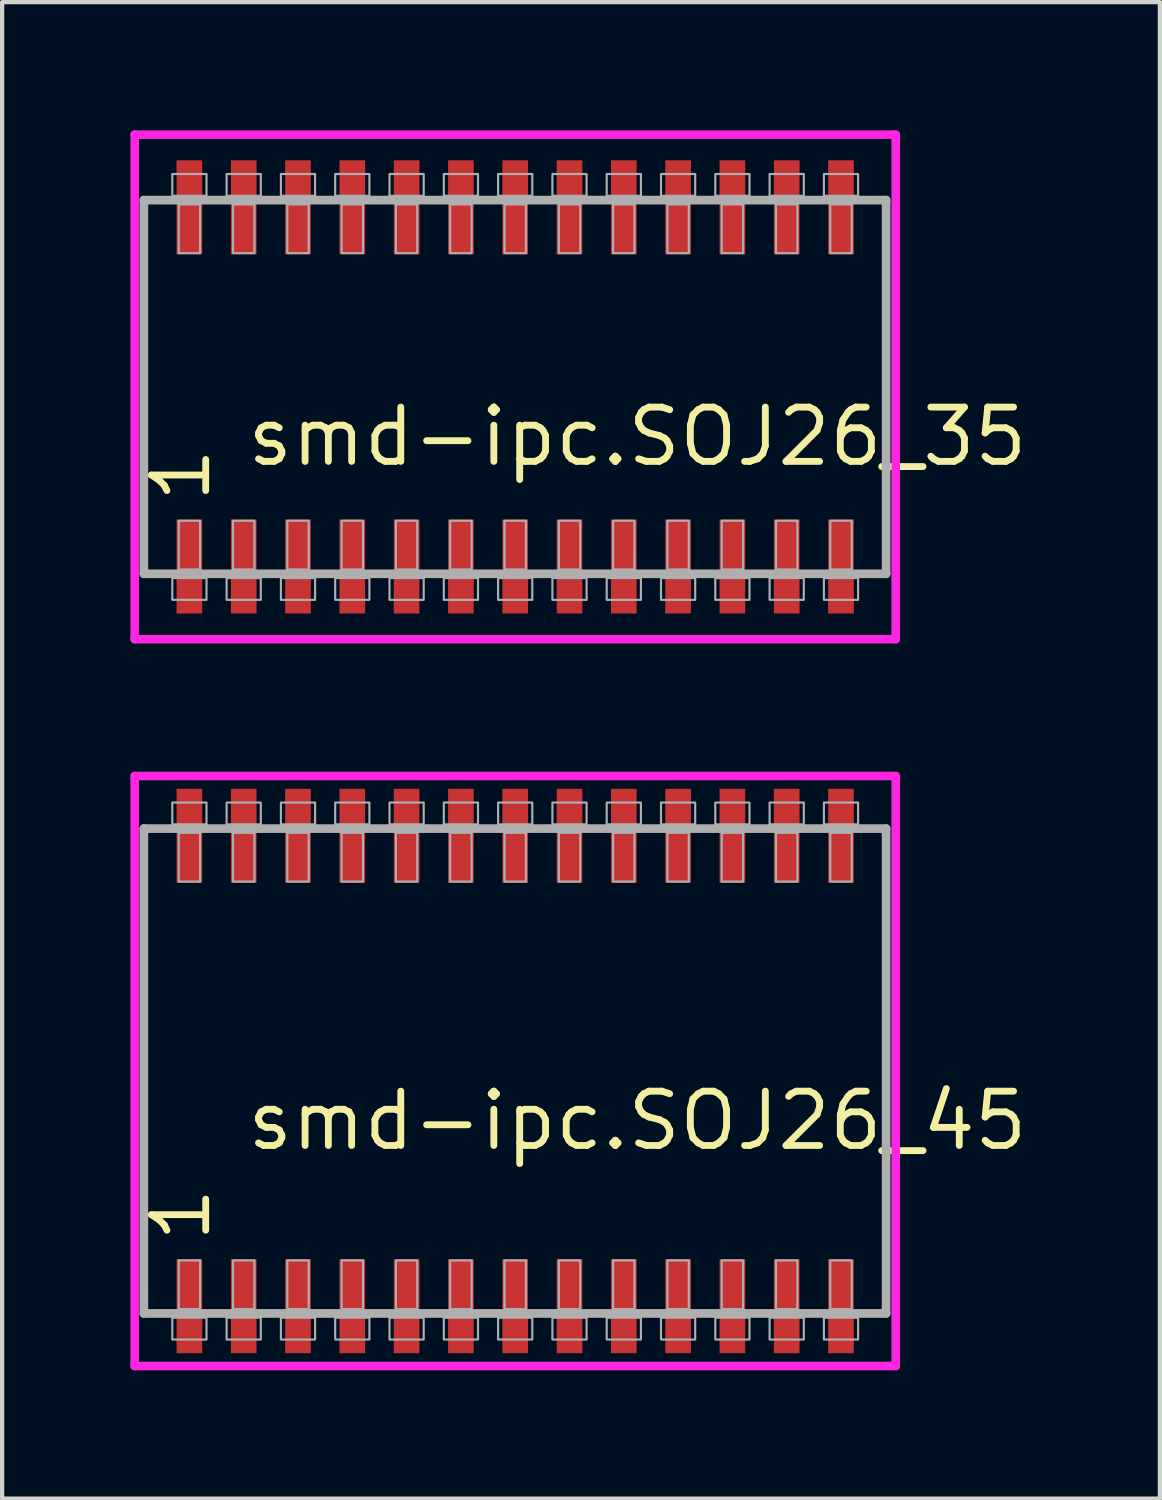
<source format=kicad_pcb>
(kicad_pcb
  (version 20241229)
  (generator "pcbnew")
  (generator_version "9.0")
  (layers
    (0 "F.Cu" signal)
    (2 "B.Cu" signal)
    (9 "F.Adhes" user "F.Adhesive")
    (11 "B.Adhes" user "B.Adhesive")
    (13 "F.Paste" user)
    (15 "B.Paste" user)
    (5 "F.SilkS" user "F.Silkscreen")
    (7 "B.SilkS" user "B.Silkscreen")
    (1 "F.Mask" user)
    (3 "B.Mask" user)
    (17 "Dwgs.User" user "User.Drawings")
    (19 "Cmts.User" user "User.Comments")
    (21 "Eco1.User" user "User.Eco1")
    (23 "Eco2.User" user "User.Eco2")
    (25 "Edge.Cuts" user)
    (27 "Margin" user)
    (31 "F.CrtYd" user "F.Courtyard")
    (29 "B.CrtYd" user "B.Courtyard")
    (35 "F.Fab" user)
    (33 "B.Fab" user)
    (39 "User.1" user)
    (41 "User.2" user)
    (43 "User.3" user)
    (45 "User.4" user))
  (footprint "smd-ipc.SOJ26_45"
    (layer "F.Cu")
    (at 9 22)
    (property "Reference" "smd-ipc.SOJ26_45" (at -6.35 1.905 0) (layer "F.SilkS") (effects (font (size 1.27 1.27) (thickness 0.16)) (justify left bottom)))
    (attr smd)
    (fp_line (start -8.9 -6.9) (end 8.9 -6.9) (stroke (width 0.2) (type default)) (layer "F.CrtYd"))
    (fp_line (start -8.9 6.9) (end -8.9 -6.9) (stroke (width 0.2) (type default)) (layer "F.CrtYd"))
    (fp_line (start 8.9 -6.9) (end 8.9 6.9) (stroke (width 0.2) (type default)) (layer "F.CrtYd"))
    (fp_line (start 8.9 6.9) (end -8.9 6.9) (stroke (width 0.2) (type default)) (layer "F.CrtYd"))
    (fp_line (start -8.685 -5.67) (end 8.675 -5.67) (stroke (width 0.203) (type default)) (layer "F.Fab"))
    (fp_line (start -8.685 5.67) (end -8.685 -5.67) (stroke (width 0.203) (type default)) (layer "F.Fab"))
    (fp_line (start 8.675 -5.67) (end 8.675 5.67) (stroke (width 0.203) (type default)) (layer "F.Fab"))
    (fp_line (start 8.675 5.67) (end -8.685 5.67) (stroke (width 0.203) (type default)) (layer "F.Fab"))
    (fp_rect (start -8.02 -5.77) (end -7.22 -6.28) (stroke (width 0.05) (type default)) (fill no) (layer "F.Fab"))
    (fp_rect (start -8.02 6.28) (end -7.22 5.77) (stroke (width 0.05) (type default)) (fill no) (layer "F.Fab"))
    (fp_rect (start -7.87 -4.43) (end -7.37 -5.57) (stroke (width 0.05) (type default)) (fill no) (layer "F.Fab"))
    (fp_rect (start -7.87 5.57) (end -7.37 4.43) (stroke (width 0.05) (type default)) (fill no) (layer "F.Fab"))
    (fp_rect (start -6.75 -5.77) (end -5.95 -6.28) (stroke (width 0.05) (type default)) (fill no) (layer "F.Fab"))
    (fp_rect (start -6.75 6.28) (end -5.95 5.77) (stroke (width 0.05) (type default)) (fill no) (layer "F.Fab"))
    (fp_rect (start -6.6 -4.43) (end -6.1 -5.57) (stroke (width 0.05) (type default)) (fill no) (layer "F.Fab"))
    (fp_rect (start -6.6 5.57) (end -6.1 4.43) (stroke (width 0.05) (type default)) (fill no) (layer "F.Fab"))
    (fp_rect (start -5.48 -5.77) (end -4.68 -6.28) (stroke (width 0.05) (type default)) (fill no) (layer "F.Fab"))
    (fp_rect (start -5.48 6.28) (end -4.68 5.77) (stroke (width 0.05) (type default)) (fill no) (layer "F.Fab"))
    (fp_rect (start -5.33 -4.43) (end -4.83 -5.57) (stroke (width 0.05) (type default)) (fill no) (layer "F.Fab"))
    (fp_rect (start -5.33 5.57) (end -4.83 4.43) (stroke (width 0.05) (type default)) (fill no) (layer "F.Fab"))
    (fp_rect (start -4.21 -5.77) (end -3.41 -6.28) (stroke (width 0.05) (type default)) (fill no) (layer "F.Fab"))
    (fp_rect (start -4.21 6.28) (end -3.41 5.77) (stroke (width 0.05) (type default)) (fill no) (layer "F.Fab"))
    (fp_rect (start -4.06 -4.43) (end -3.56 -5.57) (stroke (width 0.05) (type default)) (fill no) (layer "F.Fab"))
    (fp_rect (start -4.06 5.57) (end -3.56 4.43) (stroke (width 0.05) (type default)) (fill no) (layer "F.Fab"))
    (fp_rect (start -2.94 -5.77) (end -2.14 -6.28) (stroke (width 0.05) (type default)) (fill no) (layer "F.Fab"))
    (fp_rect (start -2.94 6.28) (end -2.14 5.77) (stroke (width 0.05) (type default)) (fill no) (layer "F.Fab"))
    (fp_rect (start -2.79 -4.43) (end -2.29 -5.57) (stroke (width 0.05) (type default)) (fill no) (layer "F.Fab"))
    (fp_rect (start -2.79 5.57) (end -2.29 4.43) (stroke (width 0.05) (type default)) (fill no) (layer "F.Fab"))
    (fp_rect (start -1.67 -5.77) (end -0.87 -6.28) (stroke (width 0.05) (type default)) (fill no) (layer "F.Fab"))
    (fp_rect (start -1.67 6.28) (end -0.87 5.77) (stroke (width 0.05) (type default)) (fill no) (layer "F.Fab"))
    (fp_rect (start -1.52 -4.43) (end -1.02 -5.57) (stroke (width 0.05) (type default)) (fill no) (layer "F.Fab"))
    (fp_rect (start -1.52 5.57) (end -1.02 4.43) (stroke (width 0.05) (type default)) (fill no) (layer "F.Fab"))
    (fp_rect (start -0.4 -5.77) (end 0.4 -6.28) (stroke (width 0.05) (type default)) (fill no) (layer "F.Fab"))
    (fp_rect (start -0.4 6.28) (end 0.4 5.77) (stroke (width 0.05) (type default)) (fill no) (layer "F.Fab"))
    (fp_rect (start -0.25 -4.43) (end 0.25 -5.57) (stroke (width 0.05) (type default)) (fill no) (layer "F.Fab"))
    (fp_rect (start -0.25 5.57) (end 0.25 4.43) (stroke (width 0.05) (type default)) (fill no) (layer "F.Fab"))
    (fp_rect (start 0.87 -5.77) (end 1.67 -6.28) (stroke (width 0.05) (type default)) (fill no) (layer "F.Fab"))
    (fp_rect (start 0.87 6.28) (end 1.67 5.77) (stroke (width 0.05) (type default)) (fill no) (layer "F.Fab"))
    (fp_rect (start 1.02 -4.43) (end 1.52 -5.57) (stroke (width 0.05) (type default)) (fill no) (layer "F.Fab"))
    (fp_rect (start 1.02 5.57) (end 1.52 4.43) (stroke (width 0.05) (type default)) (fill no) (layer "F.Fab"))
    (fp_rect (start 2.14 -5.77) (end 2.94 -6.28) (stroke (width 0.05) (type default)) (fill no) (layer "F.Fab"))
    (fp_rect (start 2.14 6.28) (end 2.94 5.77) (stroke (width 0.05) (type default)) (fill no) (layer "F.Fab"))
    (fp_rect (start 2.29 -4.43) (end 2.79 -5.57) (stroke (width 0.05) (type default)) (fill no) (layer "F.Fab"))
    (fp_rect (start 2.29 5.57) (end 2.79 4.43) (stroke (width 0.05) (type default)) (fill no) (layer "F.Fab"))
    (fp_rect (start 3.41 -5.77) (end 4.21 -6.28) (stroke (width 0.05) (type default)) (fill no) (layer "F.Fab"))
    (fp_rect (start 3.41 6.28) (end 4.21 5.77) (stroke (width 0.05) (type default)) (fill no) (layer "F.Fab"))
    (fp_rect (start 3.56 -4.43) (end 4.06 -5.57) (stroke (width 0.05) (type default)) (fill no) (layer "F.Fab"))
    (fp_rect (start 3.56 5.57) (end 4.06 4.43) (stroke (width 0.05) (type default)) (fill no) (layer "F.Fab"))
    (fp_rect (start 4.68 -5.77) (end 5.48 -6.28) (stroke (width 0.05) (type default)) (fill no) (layer "F.Fab"))
    (fp_rect (start 4.68 6.28) (end 5.48 5.77) (stroke (width 0.05) (type default)) (fill no) (layer "F.Fab"))
    (fp_rect (start 4.83 -4.43) (end 5.33 -5.57) (stroke (width 0.05) (type default)) (fill no) (layer "F.Fab"))
    (fp_rect (start 4.83 5.57) (end 5.33 4.43) (stroke (width 0.05) (type default)) (fill no) (layer "F.Fab"))
    (fp_rect (start 5.95 -5.77) (end 6.75 -6.28) (stroke (width 0.05) (type default)) (fill no) (layer "F.Fab"))
    (fp_rect (start 5.95 6.28) (end 6.75 5.77) (stroke (width 0.05) (type default)) (fill no) (layer "F.Fab"))
    (fp_rect (start 6.1 -4.43) (end 6.6 -5.57) (stroke (width 0.05) (type default)) (fill no) (layer "F.Fab"))
    (fp_rect (start 6.1 5.57) (end 6.6 4.43) (stroke (width 0.05) (type default)) (fill no) (layer "F.Fab"))
    (fp_rect (start 7.22 -5.77) (end 8.02 -6.28) (stroke (width 0.05) (type default)) (fill no) (layer "F.Fab"))
    (fp_rect (start 7.22 6.28) (end 8.02 5.77) (stroke (width 0.05) (type default)) (fill no) (layer "F.Fab"))
    (fp_rect (start 7.37 -4.43) (end 7.87 -5.57) (stroke (width 0.05) (type default)) (fill no) (layer "F.Fab"))
    (fp_rect (start 7.37 5.57) (end 7.87 4.43) (stroke (width 0.05) (type default)) (fill no) (layer "F.Fab"))
    (fp_text user "1" (at -7.075 4.07 90) (layer "F.SilkS") (effects (font (size 1.27 1.27) (thickness 0.16)) (justify left bottom)))
    (pad "1" smd roundrect (at -7.62 5.5) (size 0.6 2.2) (layers "F.Cu" "F.Mask" "F.Paste") (roundrect_rratio 0.01))
    (pad "2" smd roundrect (at -6.35 5.5) (size 0.6 2.2) (layers "F.Cu" "F.Mask" "F.Paste") (roundrect_rratio 0.01))
    (pad "3" smd roundrect (at -5.08 5.5) (size 0.6 2.2) (layers "F.Cu" "F.Mask" "F.Paste") (roundrect_rratio 0.01))
    (pad "4" smd roundrect (at -3.81 5.5) (size 0.6 2.2) (layers "F.Cu" "F.Mask" "F.Paste") (roundrect_rratio 0.01))
    (pad "5" smd roundrect (at -2.54 5.5) (size 0.6 2.2) (layers "F.Cu" "F.Mask" "F.Paste") (roundrect_rratio 0.01))
    (pad "6" smd roundrect (at -1.27 5.5) (size 0.6 2.2) (layers "F.Cu" "F.Mask" "F.Paste") (roundrect_rratio 0.01))
    (pad "7" smd roundrect (at 0 5.5) (size 0.6 2.2) (layers "F.Cu" "F.Mask" "F.Paste") (roundrect_rratio 0.01))
    (pad "8" smd roundrect (at 1.27 5.5) (size 0.6 2.2) (layers "F.Cu" "F.Mask" "F.Paste") (roundrect_rratio 0.01))
    (pad "9" smd roundrect (at 2.54 5.5) (size 0.6 2.2) (layers "F.Cu" "F.Mask" "F.Paste") (roundrect_rratio 0.01))
    (pad "10" smd roundrect (at 3.81 5.5) (size 0.6 2.2) (layers "F.Cu" "F.Mask" "F.Paste") (roundrect_rratio 0.01))
    (pad "11" smd roundrect (at 5.08 5.5) (size 0.6 2.2) (layers "F.Cu" "F.Mask" "F.Paste") (roundrect_rratio 0.01))
    (pad "12" smd roundrect (at 6.35 5.5) (size 0.6 2.2) (layers "F.Cu" "F.Mask" "F.Paste") (roundrect_rratio 0.01))
    (pad "13" smd roundrect (at 7.62 5.5) (size 0.6 2.2) (layers "F.Cu" "F.Mask" "F.Paste") (roundrect_rratio 0.01))
    (pad "14" smd roundrect (at 7.62 -5.5) (size 0.6 2.2) (layers "F.Cu" "F.Mask" "F.Paste") (roundrect_rratio 0.01))
    (pad "15" smd roundrect (at 6.35 -5.5) (size 0.6 2.2) (layers "F.Cu" "F.Mask" "F.Paste") (roundrect_rratio 0.01))
    (pad "16" smd roundrect (at 5.08 -5.5) (size 0.6 2.2) (layers "F.Cu" "F.Mask" "F.Paste") (roundrect_rratio 0.01))
    (pad "17" smd roundrect (at 3.81 -5.5) (size 0.6 2.2) (layers "F.Cu" "F.Mask" "F.Paste") (roundrect_rratio 0.01))
    (pad "18" smd roundrect (at 2.54 -5.5) (size 0.6 2.2) (layers "F.Cu" "F.Mask" "F.Paste") (roundrect_rratio 0.01))
    (pad "19" smd roundrect (at 1.27 -5.5) (size 0.6 2.2) (layers "F.Cu" "F.Mask" "F.Paste") (roundrect_rratio 0.01))
    (pad "20" smd roundrect (at 0 -5.5) (size 0.6 2.2) (layers "F.Cu" "F.Mask" "F.Paste") (roundrect_rratio 0.01))
    (pad "21" smd roundrect (at -1.27 -5.5) (size 0.6 2.2) (layers "F.Cu" "F.Mask" "F.Paste") (roundrect_rratio 0.01))
    (pad "22" smd roundrect (at -2.54 -5.5) (size 0.6 2.2) (layers "F.Cu" "F.Mask" "F.Paste") (roundrect_rratio 0.01))
    (pad "23" smd roundrect (at -3.81 -5.5) (size 0.6 2.2) (layers "F.Cu" "F.Mask" "F.Paste") (roundrect_rratio 0.01))
    (pad "24" smd roundrect (at -5.08 -5.5) (size 0.6 2.2) (layers "F.Cu" "F.Mask" "F.Paste") (roundrect_rratio 0.01))
    (pad "25" smd roundrect (at -6.35 -5.5) (size 0.6 2.2) (layers "F.Cu" "F.Mask" "F.Paste") (roundrect_rratio 0.01))
    (pad "26" smd roundrect (at -7.62 -5.5) (size 0.6 2.2) (layers "F.Cu" "F.Mask" "F.Paste") (roundrect_rratio 0.01)))
  (footprint "smd-ipc.SOJ26_35"
    (layer "F.Cu")
    (at 9 6)
    (property "Reference" "smd-ipc.SOJ26_35" (at -6.35 1.905 0) (layer "F.SilkS") (effects (font (size 1.27 1.27) (thickness 0.16)) (justify left bottom)))
    (attr smd)
    (fp_line (start -8.9 -5.9) (end 8.9 -5.9) (stroke (width 0.2) (type default)) (layer "F.CrtYd"))
    (fp_line (start -8.9 5.9) (end -8.9 -5.9) (stroke (width 0.2) (type default)) (layer "F.CrtYd"))
    (fp_line (start 8.9 -5.9) (end 8.9 5.9) (stroke (width 0.2) (type default)) (layer "F.CrtYd"))
    (fp_line (start 8.9 5.9) (end -8.9 5.9) (stroke (width 0.2) (type default)) (layer "F.CrtYd"))
    (fp_line (start -8.685 -4.37) (end 8.675 -4.37) (stroke (width 0.203) (type default)) (layer "F.Fab"))
    (fp_line (start -8.685 4.37) (end -8.685 -4.37) (stroke (width 0.203) (type default)) (layer "F.Fab"))
    (fp_line (start 8.675 -4.37) (end 8.675 4.37) (stroke (width 0.203) (type default)) (layer "F.Fab"))
    (fp_line (start 8.675 4.37) (end -8.685 4.37) (stroke (width 0.203) (type default)) (layer "F.Fab"))
    (fp_rect (start -8.02 -4.47) (end -7.22 -4.98) (stroke (width 0.05) (type default)) (fill no) (layer "F.Fab"))
    (fp_rect (start -8.02 4.98) (end -7.22 4.47) (stroke (width 0.05) (type default)) (fill no) (layer "F.Fab"))
    (fp_rect (start -7.87 -3.13) (end -7.37 -4.27) (stroke (width 0.05) (type default)) (fill no) (layer "F.Fab"))
    (fp_rect (start -7.87 4.27) (end -7.37 3.13) (stroke (width 0.05) (type default)) (fill no) (layer "F.Fab"))
    (fp_rect (start -6.75 -4.47) (end -5.95 -4.98) (stroke (width 0.05) (type default)) (fill no) (layer "F.Fab"))
    (fp_rect (start -6.75 4.98) (end -5.95 4.47) (stroke (width 0.05) (type default)) (fill no) (layer "F.Fab"))
    (fp_rect (start -6.6 -3.13) (end -6.1 -4.27) (stroke (width 0.05) (type default)) (fill no) (layer "F.Fab"))
    (fp_rect (start -6.6 4.27) (end -6.1 3.13) (stroke (width 0.05) (type default)) (fill no) (layer "F.Fab"))
    (fp_rect (start -5.48 -4.47) (end -4.68 -4.98) (stroke (width 0.05) (type default)) (fill no) (layer "F.Fab"))
    (fp_rect (start -5.48 4.98) (end -4.68 4.47) (stroke (width 0.05) (type default)) (fill no) (layer "F.Fab"))
    (fp_rect (start -5.33 -3.13) (end -4.83 -4.27) (stroke (width 0.05) (type default)) (fill no) (layer "F.Fab"))
    (fp_rect (start -5.33 4.27) (end -4.83 3.13) (stroke (width 0.05) (type default)) (fill no) (layer "F.Fab"))
    (fp_rect (start -4.21 -4.47) (end -3.41 -4.98) (stroke (width 0.05) (type default)) (fill no) (layer "F.Fab"))
    (fp_rect (start -4.21 4.98) (end -3.41 4.47) (stroke (width 0.05) (type default)) (fill no) (layer "F.Fab"))
    (fp_rect (start -4.06 -3.13) (end -3.56 -4.27) (stroke (width 0.05) (type default)) (fill no) (layer "F.Fab"))
    (fp_rect (start -4.06 4.27) (end -3.56 3.13) (stroke (width 0.05) (type default)) (fill no) (layer "F.Fab"))
    (fp_rect (start -2.94 -4.47) (end -2.14 -4.98) (stroke (width 0.05) (type default)) (fill no) (layer "F.Fab"))
    (fp_rect (start -2.94 4.98) (end -2.14 4.47) (stroke (width 0.05) (type default)) (fill no) (layer "F.Fab"))
    (fp_rect (start -2.79 -3.13) (end -2.29 -4.27) (stroke (width 0.05) (type default)) (fill no) (layer "F.Fab"))
    (fp_rect (start -2.79 4.27) (end -2.29 3.13) (stroke (width 0.05) (type default)) (fill no) (layer "F.Fab"))
    (fp_rect (start -1.67 -4.47) (end -0.87 -4.98) (stroke (width 0.05) (type default)) (fill no) (layer "F.Fab"))
    (fp_rect (start -1.67 4.98) (end -0.87 4.47) (stroke (width 0.05) (type default)) (fill no) (layer "F.Fab"))
    (fp_rect (start -1.52 -3.13) (end -1.02 -4.27) (stroke (width 0.05) (type default)) (fill no) (layer "F.Fab"))
    (fp_rect (start -1.52 4.27) (end -1.02 3.13) (stroke (width 0.05) (type default)) (fill no) (layer "F.Fab"))
    (fp_rect (start -0.4 -4.47) (end 0.4 -4.98) (stroke (width 0.05) (type default)) (fill no) (layer "F.Fab"))
    (fp_rect (start -0.4 4.98) (end 0.4 4.47) (stroke (width 0.05) (type default)) (fill no) (layer "F.Fab"))
    (fp_rect (start -0.25 -3.13) (end 0.25 -4.27) (stroke (width 0.05) (type default)) (fill no) (layer "F.Fab"))
    (fp_rect (start -0.25 4.27) (end 0.25 3.13) (stroke (width 0.05) (type default)) (fill no) (layer "F.Fab"))
    (fp_rect (start 0.87 -4.47) (end 1.67 -4.98) (stroke (width 0.05) (type default)) (fill no) (layer "F.Fab"))
    (fp_rect (start 0.87 4.98) (end 1.67 4.47) (stroke (width 0.05) (type default)) (fill no) (layer "F.Fab"))
    (fp_rect (start 1.02 -3.13) (end 1.52 -4.27) (stroke (width 0.05) (type default)) (fill no) (layer "F.Fab"))
    (fp_rect (start 1.02 4.27) (end 1.52 3.13) (stroke (width 0.05) (type default)) (fill no) (layer "F.Fab"))
    (fp_rect (start 2.14 -4.47) (end 2.94 -4.98) (stroke (width 0.05) (type default)) (fill no) (layer "F.Fab"))
    (fp_rect (start 2.14 4.98) (end 2.94 4.47) (stroke (width 0.05) (type default)) (fill no) (layer "F.Fab"))
    (fp_rect (start 2.29 -3.13) (end 2.79 -4.27) (stroke (width 0.05) (type default)) (fill no) (layer "F.Fab"))
    (fp_rect (start 2.29 4.27) (end 2.79 3.13) (stroke (width 0.05) (type default)) (fill no) (layer "F.Fab"))
    (fp_rect (start 3.41 -4.47) (end 4.21 -4.98) (stroke (width 0.05) (type default)) (fill no) (layer "F.Fab"))
    (fp_rect (start 3.41 4.98) (end 4.21 4.47) (stroke (width 0.05) (type default)) (fill no) (layer "F.Fab"))
    (fp_rect (start 3.56 -3.13) (end 4.06 -4.27) (stroke (width 0.05) (type default)) (fill no) (layer "F.Fab"))
    (fp_rect (start 3.56 4.27) (end 4.06 3.13) (stroke (width 0.05) (type default)) (fill no) (layer "F.Fab"))
    (fp_rect (start 4.68 -4.47) (end 5.48 -4.98) (stroke (width 0.05) (type default)) (fill no) (layer "F.Fab"))
    (fp_rect (start 4.68 4.98) (end 5.48 4.47) (stroke (width 0.05) (type default)) (fill no) (layer "F.Fab"))
    (fp_rect (start 4.83 -3.13) (end 5.33 -4.27) (stroke (width 0.05) (type default)) (fill no) (layer "F.Fab"))
    (fp_rect (start 4.83 4.27) (end 5.33 3.13) (stroke (width 0.05) (type default)) (fill no) (layer "F.Fab"))
    (fp_rect (start 5.95 -4.47) (end 6.75 -4.98) (stroke (width 0.05) (type default)) (fill no) (layer "F.Fab"))
    (fp_rect (start 5.95 4.98) (end 6.75 4.47) (stroke (width 0.05) (type default)) (fill no) (layer "F.Fab"))
    (fp_rect (start 6.1 -3.13) (end 6.6 -4.27) (stroke (width 0.05) (type default)) (fill no) (layer "F.Fab"))
    (fp_rect (start 6.1 4.27) (end 6.6 3.13) (stroke (width 0.05) (type default)) (fill no) (layer "F.Fab"))
    (fp_rect (start 7.22 -4.47) (end 8.02 -4.98) (stroke (width 0.05) (type default)) (fill no) (layer "F.Fab"))
    (fp_rect (start 7.22 4.98) (end 8.02 4.47) (stroke (width 0.05) (type default)) (fill no) (layer "F.Fab"))
    (fp_rect (start 7.37 -3.13) (end 7.87 -4.27) (stroke (width 0.05) (type default)) (fill no) (layer "F.Fab"))
    (fp_rect (start 7.37 4.27) (end 7.87 3.13) (stroke (width 0.05) (type default)) (fill no) (layer "F.Fab"))
    (fp_text user "1" (at -7.075 2.77 90) (layer "F.SilkS") (effects (font (size 1.27 1.27) (thickness 0.16)) (justify left bottom)))
    (pad "1" smd roundrect (at -7.62 4.2) (size 0.6 2.2) (layers "F.Cu" "F.Mask" "F.Paste") (roundrect_rratio 0.01))
    (pad "2" smd roundrect (at -6.35 4.2) (size 0.6 2.2) (layers "F.Cu" "F.Mask" "F.Paste") (roundrect_rratio 0.01))
    (pad "3" smd roundrect (at -5.08 4.2) (size 0.6 2.2) (layers "F.Cu" "F.Mask" "F.Paste") (roundrect_rratio 0.01))
    (pad "4" smd roundrect (at -3.81 4.2) (size 0.6 2.2) (layers "F.Cu" "F.Mask" "F.Paste") (roundrect_rratio 0.01))
    (pad "5" smd roundrect (at -2.54 4.2) (size 0.6 2.2) (layers "F.Cu" "F.Mask" "F.Paste") (roundrect_rratio 0.01))
    (pad "6" smd roundrect (at -1.27 4.2) (size 0.6 2.2) (layers "F.Cu" "F.Mask" "F.Paste") (roundrect_rratio 0.01))
    (pad "7" smd roundrect (at 0 4.2) (size 0.6 2.2) (layers "F.Cu" "F.Mask" "F.Paste") (roundrect_rratio 0.01))
    (pad "8" smd roundrect (at 1.27 4.2) (size 0.6 2.2) (layers "F.Cu" "F.Mask" "F.Paste") (roundrect_rratio 0.01))
    (pad "9" smd roundrect (at 2.54 4.2) (size 0.6 2.2) (layers "F.Cu" "F.Mask" "F.Paste") (roundrect_rratio 0.01))
    (pad "10" smd roundrect (at 3.81 4.2) (size 0.6 2.2) (layers "F.Cu" "F.Mask" "F.Paste") (roundrect_rratio 0.01))
    (pad "11" smd roundrect (at 5.08 4.2) (size 0.6 2.2) (layers "F.Cu" "F.Mask" "F.Paste") (roundrect_rratio 0.01))
    (pad "12" smd roundrect (at 6.35 4.2) (size 0.6 2.2) (layers "F.Cu" "F.Mask" "F.Paste") (roundrect_rratio 0.01))
    (pad "13" smd roundrect (at 7.62 4.2) (size 0.6 2.2) (layers "F.Cu" "F.Mask" "F.Paste") (roundrect_rratio 0.01))
    (pad "14" smd roundrect (at 7.62 -4.2) (size 0.6 2.2) (layers "F.Cu" "F.Mask" "F.Paste") (roundrect_rratio 0.01))
    (pad "15" smd roundrect (at 6.35 -4.2) (size 0.6 2.2) (layers "F.Cu" "F.Mask" "F.Paste") (roundrect_rratio 0.01))
    (pad "16" smd roundrect (at 5.08 -4.2) (size 0.6 2.2) (layers "F.Cu" "F.Mask" "F.Paste") (roundrect_rratio 0.01))
    (pad "17" smd roundrect (at 3.81 -4.2) (size 0.6 2.2) (layers "F.Cu" "F.Mask" "F.Paste") (roundrect_rratio 0.01))
    (pad "18" smd roundrect (at 2.54 -4.2) (size 0.6 2.2) (layers "F.Cu" "F.Mask" "F.Paste") (roundrect_rratio 0.01))
    (pad "19" smd roundrect (at 1.27 -4.2) (size 0.6 2.2) (layers "F.Cu" "F.Mask" "F.Paste") (roundrect_rratio 0.01))
    (pad "20" smd roundrect (at 0 -4.2) (size 0.6 2.2) (layers "F.Cu" "F.Mask" "F.Paste") (roundrect_rratio 0.01))
    (pad "21" smd roundrect (at -1.27 -4.2) (size 0.6 2.2) (layers "F.Cu" "F.Mask" "F.Paste") (roundrect_rratio 0.01))
    (pad "22" smd roundrect (at -2.54 -4.2) (size 0.6 2.2) (layers "F.Cu" "F.Mask" "F.Paste") (roundrect_rratio 0.01))
    (pad "23" smd roundrect (at -3.81 -4.2) (size 0.6 2.2) (layers "F.Cu" "F.Mask" "F.Paste") (roundrect_rratio 0.01))
    (pad "24" smd roundrect (at -5.08 -4.2) (size 0.6 2.2) (layers "F.Cu" "F.Mask" "F.Paste") (roundrect_rratio 0.01))
    (pad "25" smd roundrect (at -6.35 -4.2) (size 0.6 2.2) (layers "F.Cu" "F.Mask" "F.Paste") (roundrect_rratio 0.01))
    (pad "26" smd roundrect (at -7.62 -4.2) (size 0.6 2.2) (layers "F.Cu" "F.Mask" "F.Paste") (roundrect_rratio 0.01)))
  (gr_rect
    (start -3 -3)
    (end 24.079 32)
    (stroke (width 0.1) (type default))
    (fill no)
    (layer "Edge.Cuts")))
</source>
